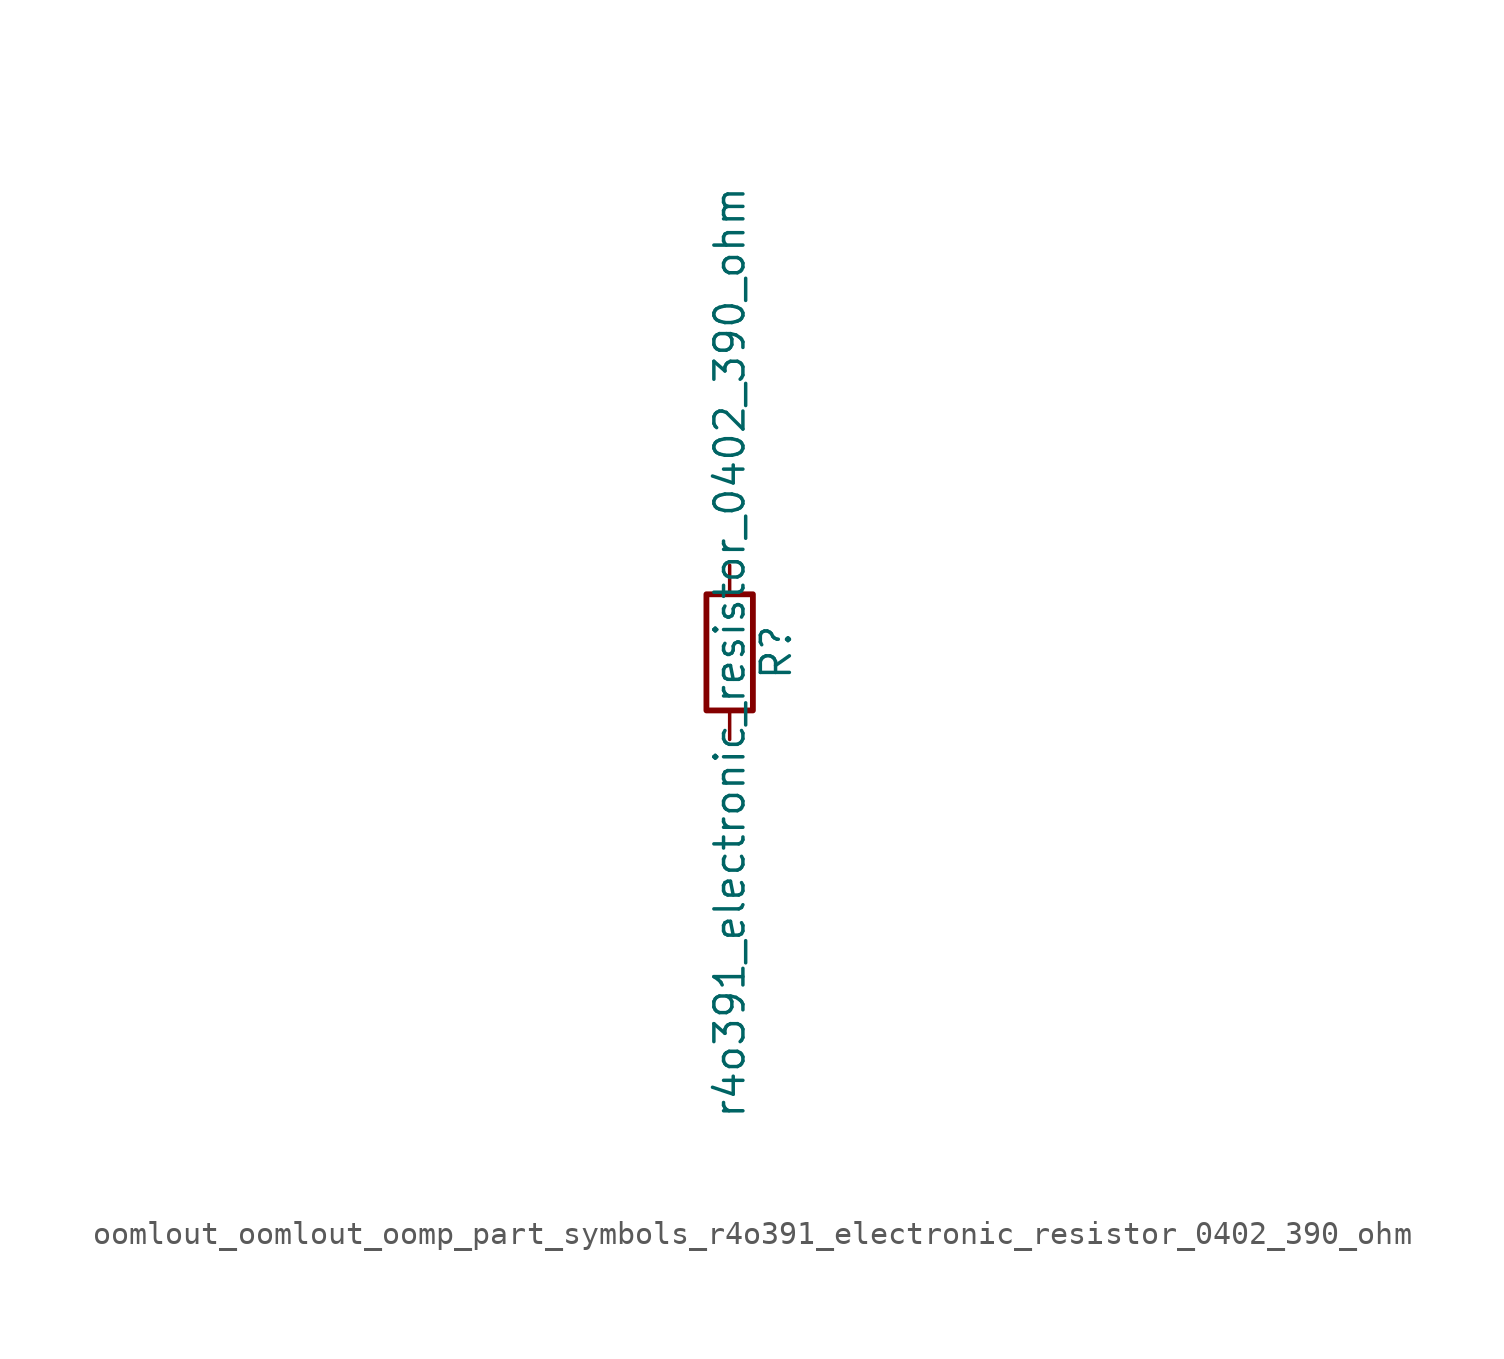
<source format=kicad_sym>
(kicad_symbol_lib
  (version 20220914)
  (generator kicad_symbol_editor)
  (symbol "oomlout_oomlout_oomp_part_symbols_r4o391_electronic_resistor_0402_390_ohm"
    (pin_numbers hide)
    (pin_names
      (offset 0))
    (property "Reference" "R"
      (at 2.032 0 90)
      (effects (font (size 1.27 1.27))))
    (property "Value" "r4o391_electronic_resistor_0402_390_ohm"
      (at 0 0 90)
      (effects (font (size 1.27 1.27))))
    (symbol "oomlout_oomlout_oomp_part_symbols_r4o391_electronic_resistor_0402_390_ohm_0_1"
      (rectangle (start -1.016 -2.54) (end 1.016 2.54) (stroke (width 0.254) (type default)) (fill (type none))))
    (symbol "oomlout_oomlout_oomp_part_symbols_r4o391_electronic_resistor_0402_390_ohm_1_1"
      (pin passive line (at 0 3.81 270) (length 1.27) (name "~" (effects (font (size 1.27 1.27)))) (number "1" (effects (font (size 1.27 1.27)))))
      (pin passive line (at 0 -3.81 90) (length 1.27) (name "~" (effects (font (size 1.27 1.27)))) (number "2" (effects (font (size 1.27 1.27))))))))
</source>
